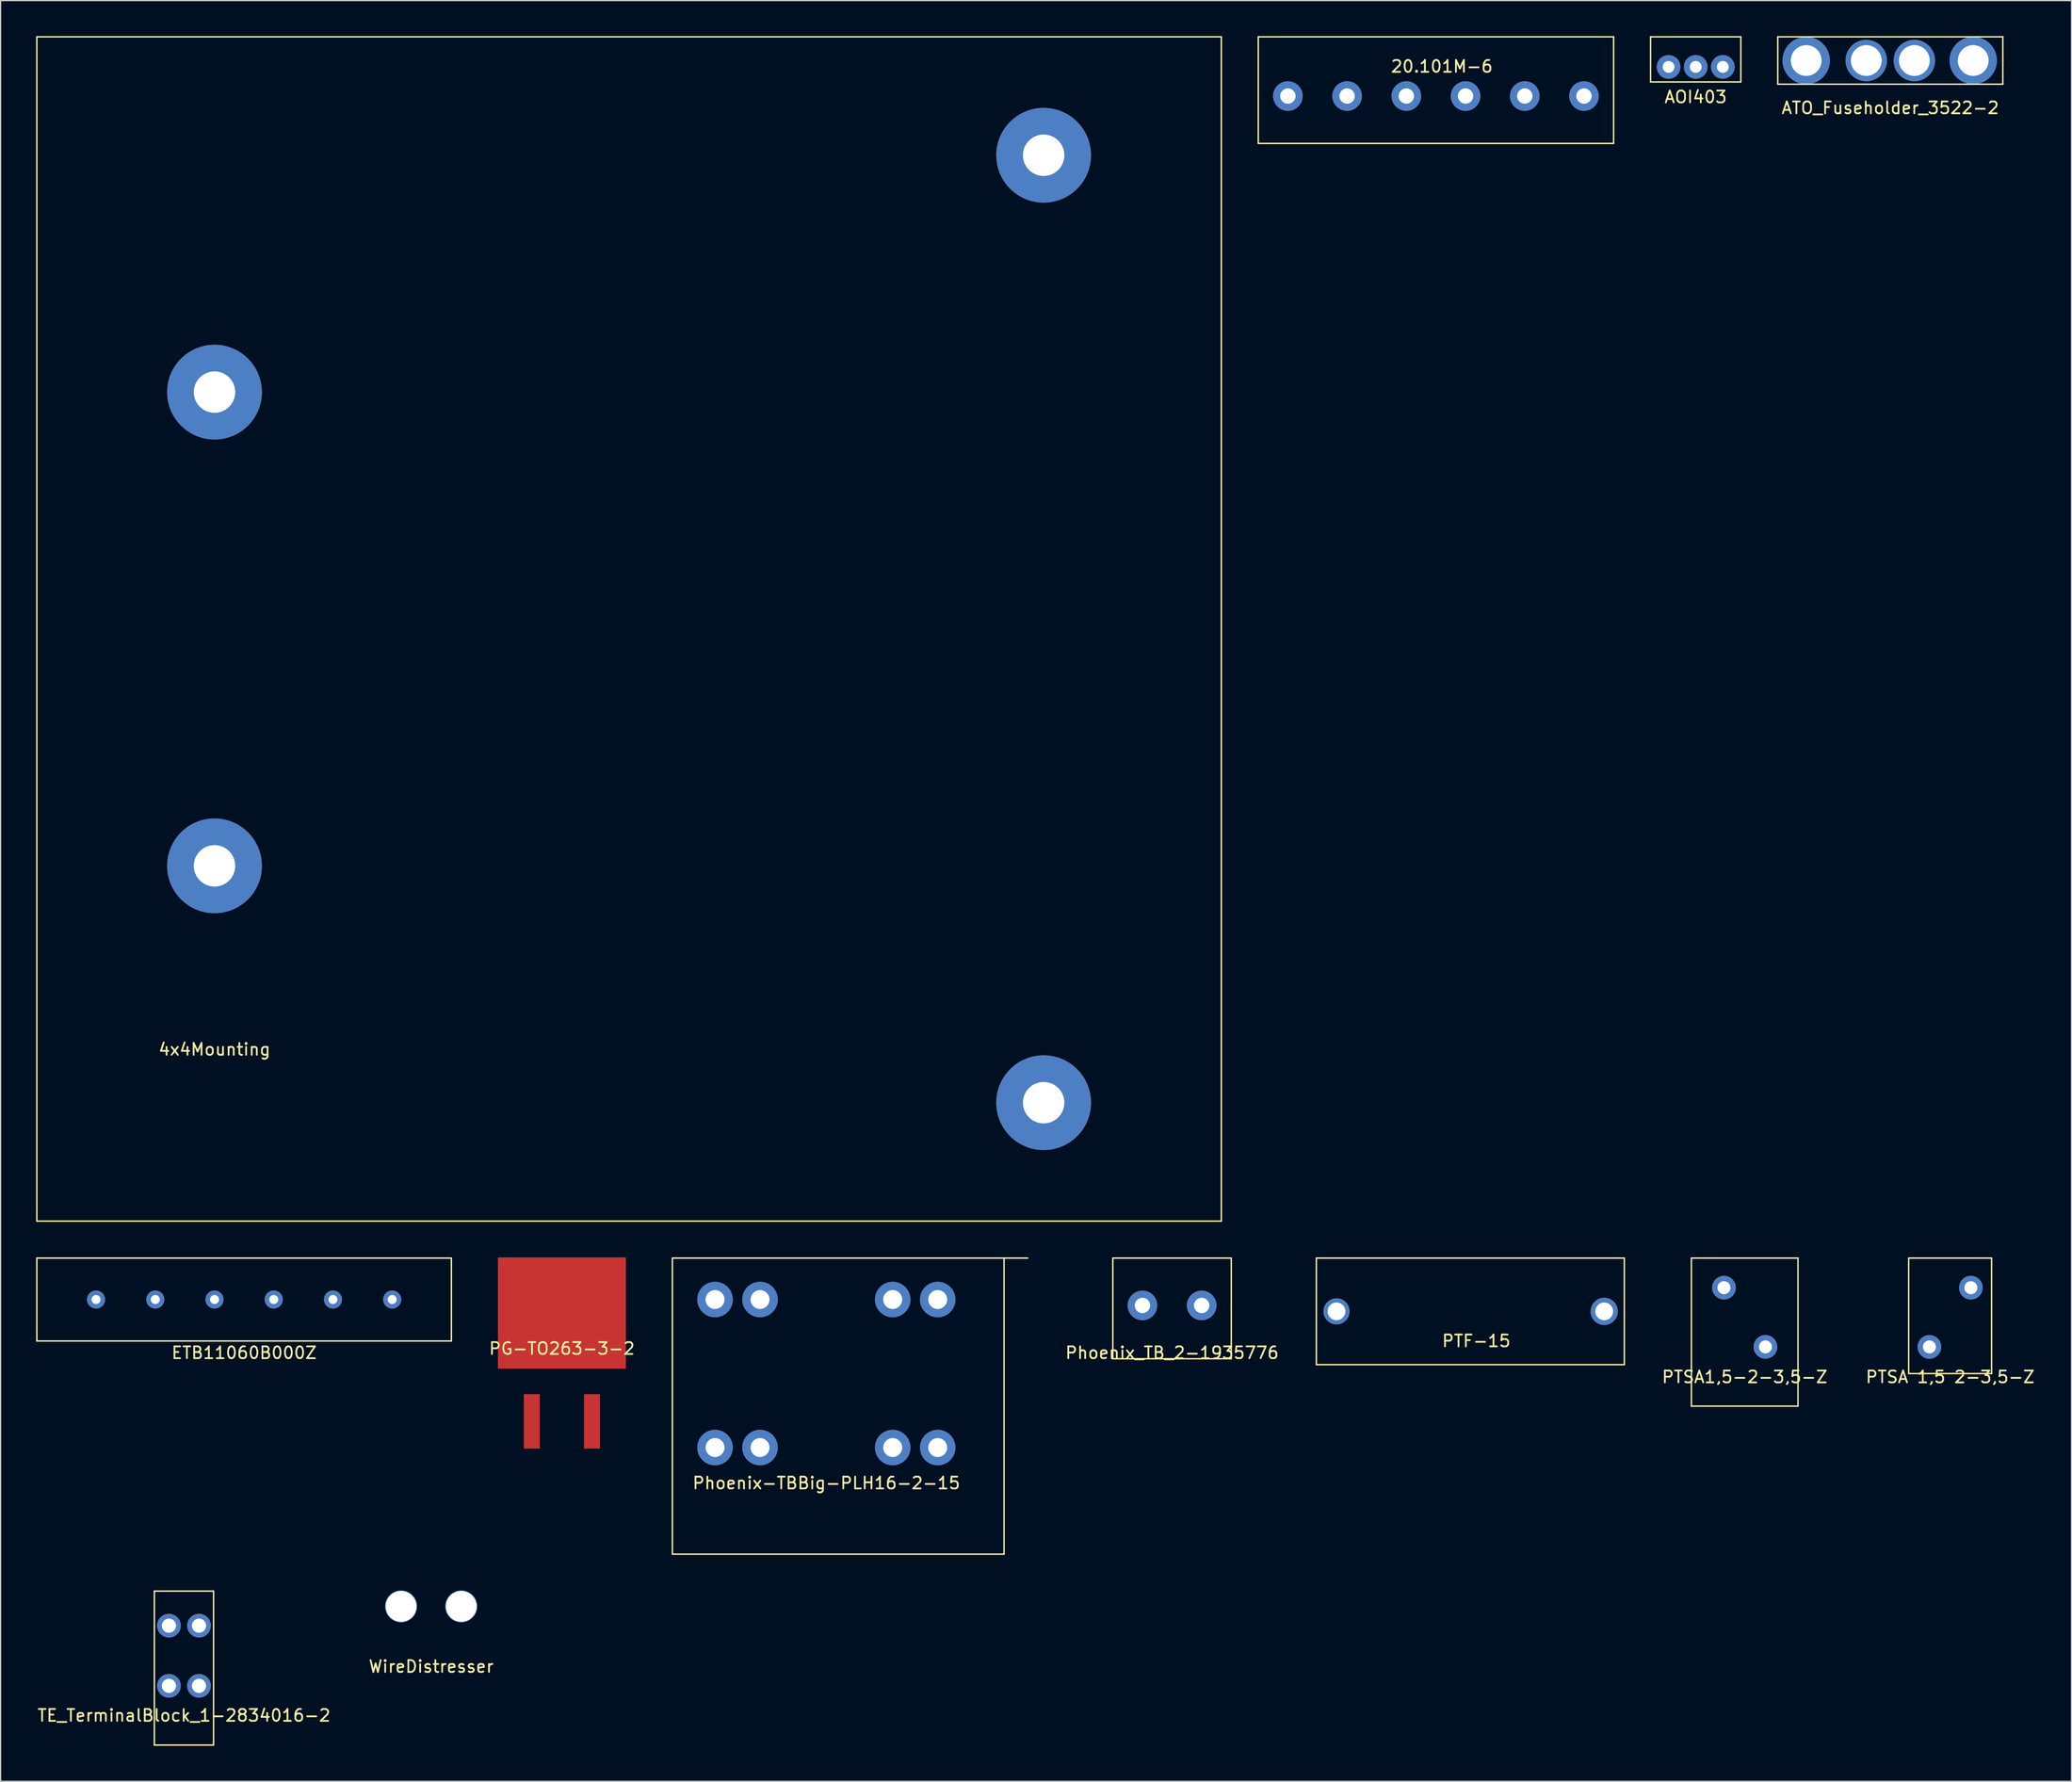
<source format=kicad_pcb>
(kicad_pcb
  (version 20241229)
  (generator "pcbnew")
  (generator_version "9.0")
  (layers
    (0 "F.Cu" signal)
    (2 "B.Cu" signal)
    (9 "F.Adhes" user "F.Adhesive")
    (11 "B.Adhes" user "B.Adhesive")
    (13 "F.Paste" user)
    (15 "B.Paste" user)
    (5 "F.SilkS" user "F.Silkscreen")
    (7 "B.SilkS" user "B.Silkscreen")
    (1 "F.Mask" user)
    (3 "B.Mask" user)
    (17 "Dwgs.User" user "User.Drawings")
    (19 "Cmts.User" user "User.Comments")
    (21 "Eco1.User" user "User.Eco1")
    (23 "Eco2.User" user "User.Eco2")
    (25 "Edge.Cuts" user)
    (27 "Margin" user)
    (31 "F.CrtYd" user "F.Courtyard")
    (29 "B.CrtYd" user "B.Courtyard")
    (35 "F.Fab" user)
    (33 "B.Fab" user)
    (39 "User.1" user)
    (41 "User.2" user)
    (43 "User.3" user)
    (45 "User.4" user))
  (footprint "PG-TO263-3-2"
    (layer "F.Cu")
    (at 44.388 107.82)
    (property "Reference" "PG-TO263-3-2" (at 0 3 0) (layer "F.SilkS") (effects (font (size 1 1) (thickness 0.15))))
    (attr through_hole)
    (pad "1" smd rect (at -2.54 9.15) (size 1.35 4.6) (layers "F.Cu" "F.Mask" "F.Paste"))
    (pad "2" smd rect (at 2.54 9.15) (size 1.35 4.6) (layers "F.Cu" "F.Mask" "F.Paste"))
    (pad "3" smd rect (at 0 0) (size 10.8 9.4) (layers "F.Cu" "F.Mask" "F.Paste")))
  (footprint "20.101M-6"
    (layer "F.Cu")
    (at 118.18 5.06)
    (property "Reference" "20.101M-6" (at 0.5 -2.5 0) (layer "F.SilkS") (effects (font (size 1 1) (thickness 0.15))))
    (attr through_hole)
    (fp_line (start -15 -5) (end 15 -5) (stroke (width 0.12) (type solid)) (layer "F.SilkS"))
    (fp_line (start -15 0) (end -15 -5) (stroke (width 0.12) (type solid)) (layer "F.SilkS"))
    (fp_line (start -15 4) (end -15 0) (stroke (width 0.12) (type solid)) (layer "F.SilkS"))
    (fp_line (start 15 -5) (end 15 4) (stroke (width 0.12) (type solid)) (layer "F.SilkS"))
    (fp_line (start 15 4) (end -15 4) (stroke (width 0.12) (type solid)) (layer "F.SilkS"))
    (pad "1" thru_hole circle (at -12.5 0) (size 2.5 2.5) (drill 1.3) (layers "*.Cu" "*.Mask"))
    (pad "2" thru_hole circle (at -7.5 0) (size 2.5 2.5) (drill 1.3) (layers "*.Cu" "*.Mask"))
    (pad "3" thru_hole circle (at -2.5 0) (size 2.5 2.5) (drill 1.3) (layers "*.Cu" "*.Mask"))
    (pad "4" thru_hole circle (at 2.5 0) (size 2.5 2.5) (drill 1.3) (layers "*.Cu" "*.Mask"))
    (pad "5" thru_hole circle (at 7.5 0) (size 2.5 2.5) (drill 1.3) (layers "*.Cu" "*.Mask"))
    (pad "6" thru_hole circle (at 12.5 0) (size 2.5 2.5) (drill 1.3) (layers "*.Cu" "*.Mask")))
  (footprint "PTSA1,5-2-3,5-Z"
    (layer "F.Cu")
    (at 144.247 110.68)
    (property "Reference" "PTSA1,5-2-3,5-Z" (at 0 2.54 0) (layer "F.SilkS") (effects (font (size 1 1) (thickness 0.15))))
    (attr through_hole)
    (fp_line (start -4.5 -7.5) (end 4.5 -7.5) (stroke (width 0.12) (type solid)) (layer "F.SilkS"))
    (fp_line (start -4.5 5) (end -4.5 -7.5) (stroke (width 0.12) (type solid)) (layer "F.SilkS"))
    (fp_line (start 4.5 -7.5) (end 4.5 5) (stroke (width 0.12) (type solid)) (layer "F.SilkS"))
    (fp_line (start 4.5 5) (end -4.5 5) (stroke (width 0.12) (type solid)) (layer "F.SilkS"))
    (pad "1" thru_hole circle (at -1.75 -5 90) (size 2 2) (drill 1.1) (layers "*.Cu" "*.Mask"))
    (pad "2" thru_hole circle (at 1.75 0) (size 2 2) (drill 1.1) (layers "*.Cu" "*.Mask")))
  (footprint "ETB11060B000Z"
    (layer "F.Cu")
    (at 17.56 106.68)
    (property "Reference" "ETB11060B000Z" (at 0 4.5 0) (layer "F.SilkS") (effects (font (size 1 1) (thickness 0.15))))
    (attr through_hole)
    (fp_line (start -17.5 -3.5) (end -17.5 3.5) (stroke (width 0.12) (type solid)) (layer "F.SilkS"))
    (fp_line (start -17.5 3.5) (end 2.5 3.5) (stroke (width 0.12) (type solid)) (layer "F.SilkS"))
    (fp_line (start 2.5 3.5) (end 17.5 3.5) (stroke (width 0.12) (type solid)) (layer "F.SilkS"))
    (fp_line (start 17.5 -3.5) (end -17.5 -3.5) (stroke (width 0.12) (type solid)) (layer "F.SilkS"))
    (fp_line (start 17.5 3.5) (end 17.5 -3.5) (stroke (width 0.12) (type solid)) (layer "F.SilkS"))
    (pad "1" thru_hole circle (at -12.5 0) (size 1.524 1.524) (drill 0.762) (layers "*.Cu" "*.Mask"))
    (pad "2" thru_hole circle (at -7.5 0) (size 1.524 1.524) (drill 0.762) (layers "*.Cu" "*.Mask"))
    (pad "3" thru_hole circle (at -2.5 0) (size 1.524 1.524) (drill 0.762) (layers "*.Cu" "*.Mask"))
    (pad "4" thru_hole circle (at 2.5 0) (size 1.524 1.524) (drill 0.762) (layers "*.Cu" "*.Mask"))
    (pad "5" thru_hole circle (at 7.5 0) (size 1.524 1.524) (drill 0.762) (layers "*.Cu" "*.Mask"))
    (pad "6" thru_hole circle (at 12.5 0) (size 1.524 1.524) (drill 0.762) (layers "*.Cu" "*.Mask")))
  (footprint "WireDistresser"
    (layer "F.Cu")
    (at 33.351 132.59)
    (property "Reference" "WireDistresser" (at 0 5.08 0) (layer "F.SilkS") (effects (font (size 1 1) (thickness 0.15))))
    (attr through_hole)
    (pad "" thru_hole circle (at -2.54 0) (size 2.7 2.7) (drill 2.6) (layers "*.Cu" "*.Mask"))
    (pad "" thru_hole circle (at 2.54 0) (size 2.7 2.7) (drill 2.6) (layers "*.Cu" "*.Mask")))
  (footprint "PTSA 1,5 2-3,5-Z"
    (layer "F.Cu")
    (at 161.592 110.68)
    (property "Reference" "PTSA 1,5 2-3,5-Z" (at 0 2.54 0) (layer "F.SilkS") (effects (font (size 1 1) (thickness 0.15))))
    (attr through_hole)
    (fp_line (start -3.5 -7.5) (end 1.75 -7.5) (stroke (width 0.12) (type solid)) (layer "F.SilkS"))
    (fp_line (start -3.5 2.25) (end -3.5 -7.5) (stroke (width 0.12) (type solid)) (layer "F.SilkS"))
    (fp_line (start 1.75 -7.5) (end 3.5 -7.5) (stroke (width 0.12) (type solid)) (layer "F.SilkS"))
    (fp_line (start 3.5 -7.5) (end 3.5 2.25) (stroke (width 0.12) (type solid)) (layer "F.SilkS"))
    (fp_line (start 3.5 2.25) (end -3.5 2.25) (stroke (width 0.12) (type solid)) (layer "F.SilkS"))
    (pad "1" thru_hole circle (at -1.75 0 90) (size 2 2) (drill 1.1) (layers "*.Cu" "*.Mask"))
    (pad "2" thru_hole circle (at 1.75 -5) (size 2 2) (drill 1.1) (layers "*.Cu" "*.Mask")))
  (footprint "Phoenix_TB_2-1935776"
    (layer "F.Cu")
    (at 95.901 107.18)
    (property "Reference" "Phoenix_TB_2-1935776" (at 0 4 0) (layer "F.SilkS") (effects (font (size 1 1) (thickness 0.15))))
    (attr through_hole)
    (fp_line (start -5 -4) (end -5 4.5) (stroke (width 0.12) (type solid)) (layer "F.SilkS"))
    (fp_line (start -5 4.5) (end 5 4.5) (stroke (width 0.12) (type solid)) (layer "F.SilkS"))
    (fp_line (start 5 -4) (end -5 -4) (stroke (width 0.12) (type solid)) (layer "F.SilkS"))
    (fp_line (start 5 0) (end 5 -4) (stroke (width 0.12) (type solid)) (layer "F.SilkS"))
    (fp_line (start 5 4.5) (end 5 0) (stroke (width 0.12) (type solid)) (layer "F.SilkS"))
    (pad "1" thru_hole circle (at -2.5 0) (size 2.5 2.5) (drill 1.3) (layers "*.Cu" "*.Mask"))
    (pad "2" thru_hole circle (at 2.5 0) (size 2.5 2.5) (drill 1.3) (layers "*.Cu" "*.Mask")))
  (footprint "AOI403"
    (layer "F.Cu")
    (at 140.11 2.6)
    (property "Reference" "AOI403" (at 0 2.54 0) (layer "F.SilkS") (effects (font (size 1 1) (thickness 0.15))))
    (attr through_hole)
    (fp_line (start -3.81 -2.54) (end -3.81 1.27) (stroke (width 0.12) (type solid)) (layer "F.SilkS"))
    (fp_line (start -3.81 1.27) (end 3.81 1.27) (stroke (width 0.12) (type solid)) (layer "F.SilkS"))
    (fp_line (start 3.81 -2.54) (end -3.81 -2.54) (stroke (width 0.12) (type solid)) (layer "F.SilkS"))
    (fp_line (start 3.81 1.27) (end 3.81 -2.54) (stroke (width 0.12) (type solid)) (layer "F.SilkS"))
    (pad "1" thru_hole circle (at -2.29 0) (size 2 2) (drill 1) (layers "*.Cu" "*.Mask"))
    (pad "2" thru_hole circle (at 2.29 0) (size 2 2) (drill 1) (layers "*.Cu" "*.Mask"))
    (pad "3" thru_hole circle (at 0 0) (size 2 2) (drill 1) (layers "*.Cu" "*.Mask")))
  (footprint "TE_TerminalBlock_1-2834016-2"
    (layer "F.Cu")
    (at 12.482 139.3)
    (property "Reference" "TE_TerminalBlock_1-2834016-2" (at 0 2.5 0) (layer "F.SilkS") (effects (font (size 1 1) (thickness 0.15))))
    (attr through_hole)
    (fp_line (start -2.5 -8) (end 2.5 -8) (stroke (width 0.12) (type solid)) (layer "F.SilkS"))
    (fp_line (start -2.5 -5) (end -2.5 -8) (stroke (width 0.12) (type solid)) (layer "F.SilkS"))
    (fp_line (start -2.5 5) (end -2.5 -5) (stroke (width 0.12) (type solid)) (layer "F.SilkS"))
    (fp_line (start 2.5 -8) (end 2.5 5) (stroke (width 0.12) (type solid)) (layer "F.SilkS"))
    (fp_line (start 2.5 5) (end -2.5 5) (stroke (width 0.12) (type solid)) (layer "F.SilkS"))
    (pad "1" thru_hole circle (at -1.27 -5.08) (size 2 2) (drill 1.2) (layers "*.Cu" "*.Mask"))
    (pad "1" thru_hole circle (at -1.27 0) (size 2 2) (drill 1.2) (layers "*.Cu" "*.Mask"))
    (pad "2" thru_hole circle (at 1.27 -5.08 270) (size 2 2) (drill 1.2) (layers "*.Cu" "*.Mask"))
    (pad "2" thru_hole circle (at 1.27 0) (size 2 2) (drill 1.2) (layers "*.Cu" "*.Mask")))
  (footprint "4x4Mounting"
    (layer "F.Cu")
    (at 50.06 50.06)
    (property "Reference" "4x4Mounting" (at -35 35.5 0) (layer "F.SilkS") (effects (font (size 1 1) (thickness 0.15))))
    (attr through_hole)
    (fp_line (start -50 -50) (end 50 -50) (stroke (width 0.12) (type solid)) (layer "F.SilkS"))
    (fp_line (start -50 50) (end -50 -50) (stroke (width 0.12) (type solid)) (layer "F.SilkS"))
    (fp_line (start 50 -50) (end 50 50) (stroke (width 0.12) (type solid)) (layer "F.SilkS"))
    (fp_line (start 50 50) (end -50 50) (stroke (width 0.12) (type solid)) (layer "F.SilkS"))
    (pad "" thru_hole circle (at -35 -20) (size 8 8) (drill 3.5) (layers "*.Cu" "*.Mask"))
    (pad "" thru_hole circle (at -35 20) (size 8 8) (drill 3.5) (layers "*.Cu" "*.Mask"))
    (pad "" thru_hole circle (at 35 -40) (size 8 8) (drill 3.5) (layers "*.Cu" "*.Mask"))
    (pad "" thru_hole circle (at 35 40) (size 8 8) (drill 3.5) (layers "*.Cu" "*.Mask")))
  (footprint "ATO_Fuseholder_3522-2"
    (layer "F.Cu")
    (at 156.54 2.06)
    (property "Reference" "ATO_Fuseholder_3522-2" (at 0 4 0) (layer "F.SilkS") (effects (font (size 1 1) (thickness 0.15))))
    (attr through_hole)
    (fp_line (start -9.5 -2) (end -9.5 2) (stroke (width 0.12) (type solid)) (layer "F.SilkS"))
    (fp_line (start -9.5 2) (end 9.5 2) (stroke (width 0.12) (type solid)) (layer "F.SilkS"))
    (fp_line (start 9.5 -2) (end -9.5 -2) (stroke (width 0.12) (type solid)) (layer "F.SilkS"))
    (fp_line (start 9.5 0) (end 9.5 -2) (stroke (width 0.12) (type solid)) (layer "F.SilkS"))
    (fp_line (start 9.5 2) (end 9.5 0) (stroke (width 0.12) (type solid)) (layer "F.SilkS"))
    (pad "1" thru_hole circle (at -7.1 0) (size 4 4) (drill 2.6) (layers "*.Cu" "*.Mask"))
    (pad "1" thru_hole circle (at -2.03 0) (size 3.5 3.5) (drill 2.6) (layers "*.Cu" "*.Mask"))
    (pad "2" thru_hole circle (at 2.03 0) (size 3.5 3.5) (drill 2.6) (layers "*.Cu" "*.Mask"))
    (pad "2" thru_hole circle (at 7 0) (size 4 4) (drill 2.6) (layers "*.Cu" "*.Mask")))
  (footprint "PTF-15"
    (layer "F.Cu")
    (at 121.086 107.68)
    (property "Reference" "PTF-15" (at 0.5 2.5 0) (layer "F.SilkS") (effects (font (size 1 1) (thickness 0.15))))
    (attr through_hole)
    (fp_line (start -13 -4.5) (end -13 4.5) (stroke (width 0.12) (type solid)) (layer "F.SilkS"))
    (fp_line (start -13 4.5) (end 13 4.5) (stroke (width 0.12) (type solid)) (layer "F.SilkS"))
    (fp_line (start 13 -4.5) (end -13 -4.5) (stroke (width 0.12) (type solid)) (layer "F.SilkS"))
    (fp_line (start 13 0) (end 13 -4.5) (stroke (width 0.12) (type solid)) (layer "F.SilkS"))
    (fp_line (start 13 4.5) (end 13 0) (stroke (width 0.12) (type solid)) (layer "F.SilkS"))
    (pad "1" thru_hole circle (at -11.3 0) (size 2.2 2.2) (drill 1.5) (layers "*.Cu" "*.Mask"))
    (pad "2" thru_hole circle (at 11.3 0) (size 2.3 2.3) (drill 1.5) (layers "*.Cu" "*.Mask")))
  (footprint "Phoenix-TBBig-PLH16-2-15"
    (layer "F.Cu")
    (at 66.716 119.18)
    (property "Reference" "Phoenix-TBBig-PLH16-2-15" (at 0 3 0) (layer "F.SilkS") (effects (font (size 1 1) (thickness 0.15))))
    (attr through_hole)
    (fp_line (start -13 -16) (end -13 9) (stroke (width 0.12) (type solid)) (layer "F.SilkS"))
    (fp_line (start -13 9) (end 15 9) (stroke (width 0.12) (type solid)) (layer "F.SilkS"))
    (fp_line (start 15 9) (end 15 -16) (stroke (width 0.12) (type solid)) (layer "F.SilkS"))
    (fp_line (start 17 -16) (end -13 -16) (stroke (width 0.12) (type solid)) (layer "F.SilkS"))
    (pad "1" thru_hole circle (at -9.4 -12.5) (size 3 3) (drill 1.6) (layers "*.Cu" "*.Mask"))
    (pad "1" thru_hole circle (at -9.4 0) (size 3 3) (drill 1.6) (layers "*.Cu" "*.Mask"))
    (pad "1" thru_hole circle (at -5.6 -12.5) (size 3 3) (drill 1.6) (layers "*.Cu" "*.Mask"))
    (pad "1" thru_hole circle (at -5.6 0) (size 3 3) (drill 1.6) (layers "*.Cu" "*.Mask"))
    (pad "2" thru_hole circle (at 5.6 -12.5) (size 3 3) (drill 1.6) (layers "*.Cu" "*.Mask"))
    (pad "2" thru_hole circle (at 5.6 0) (size 3 3) (drill 1.6) (layers "*.Cu" "*.Mask"))
    (pad "2" thru_hole circle (at 9.4 -12.5) (size 3 3) (drill 1.6) (layers "*.Cu" "*.Mask"))
    (pad "2" thru_hole circle (at 9.4 0) (size 3 3) (drill 1.6) (layers "*.Cu" "*.Mask")))
  (gr_rect
    (start -3 -3)
    (end 171.836 147.36)
    (stroke (width 0.1) (type default))
    (fill no)
    (layer "Edge.Cuts")))
</source>
